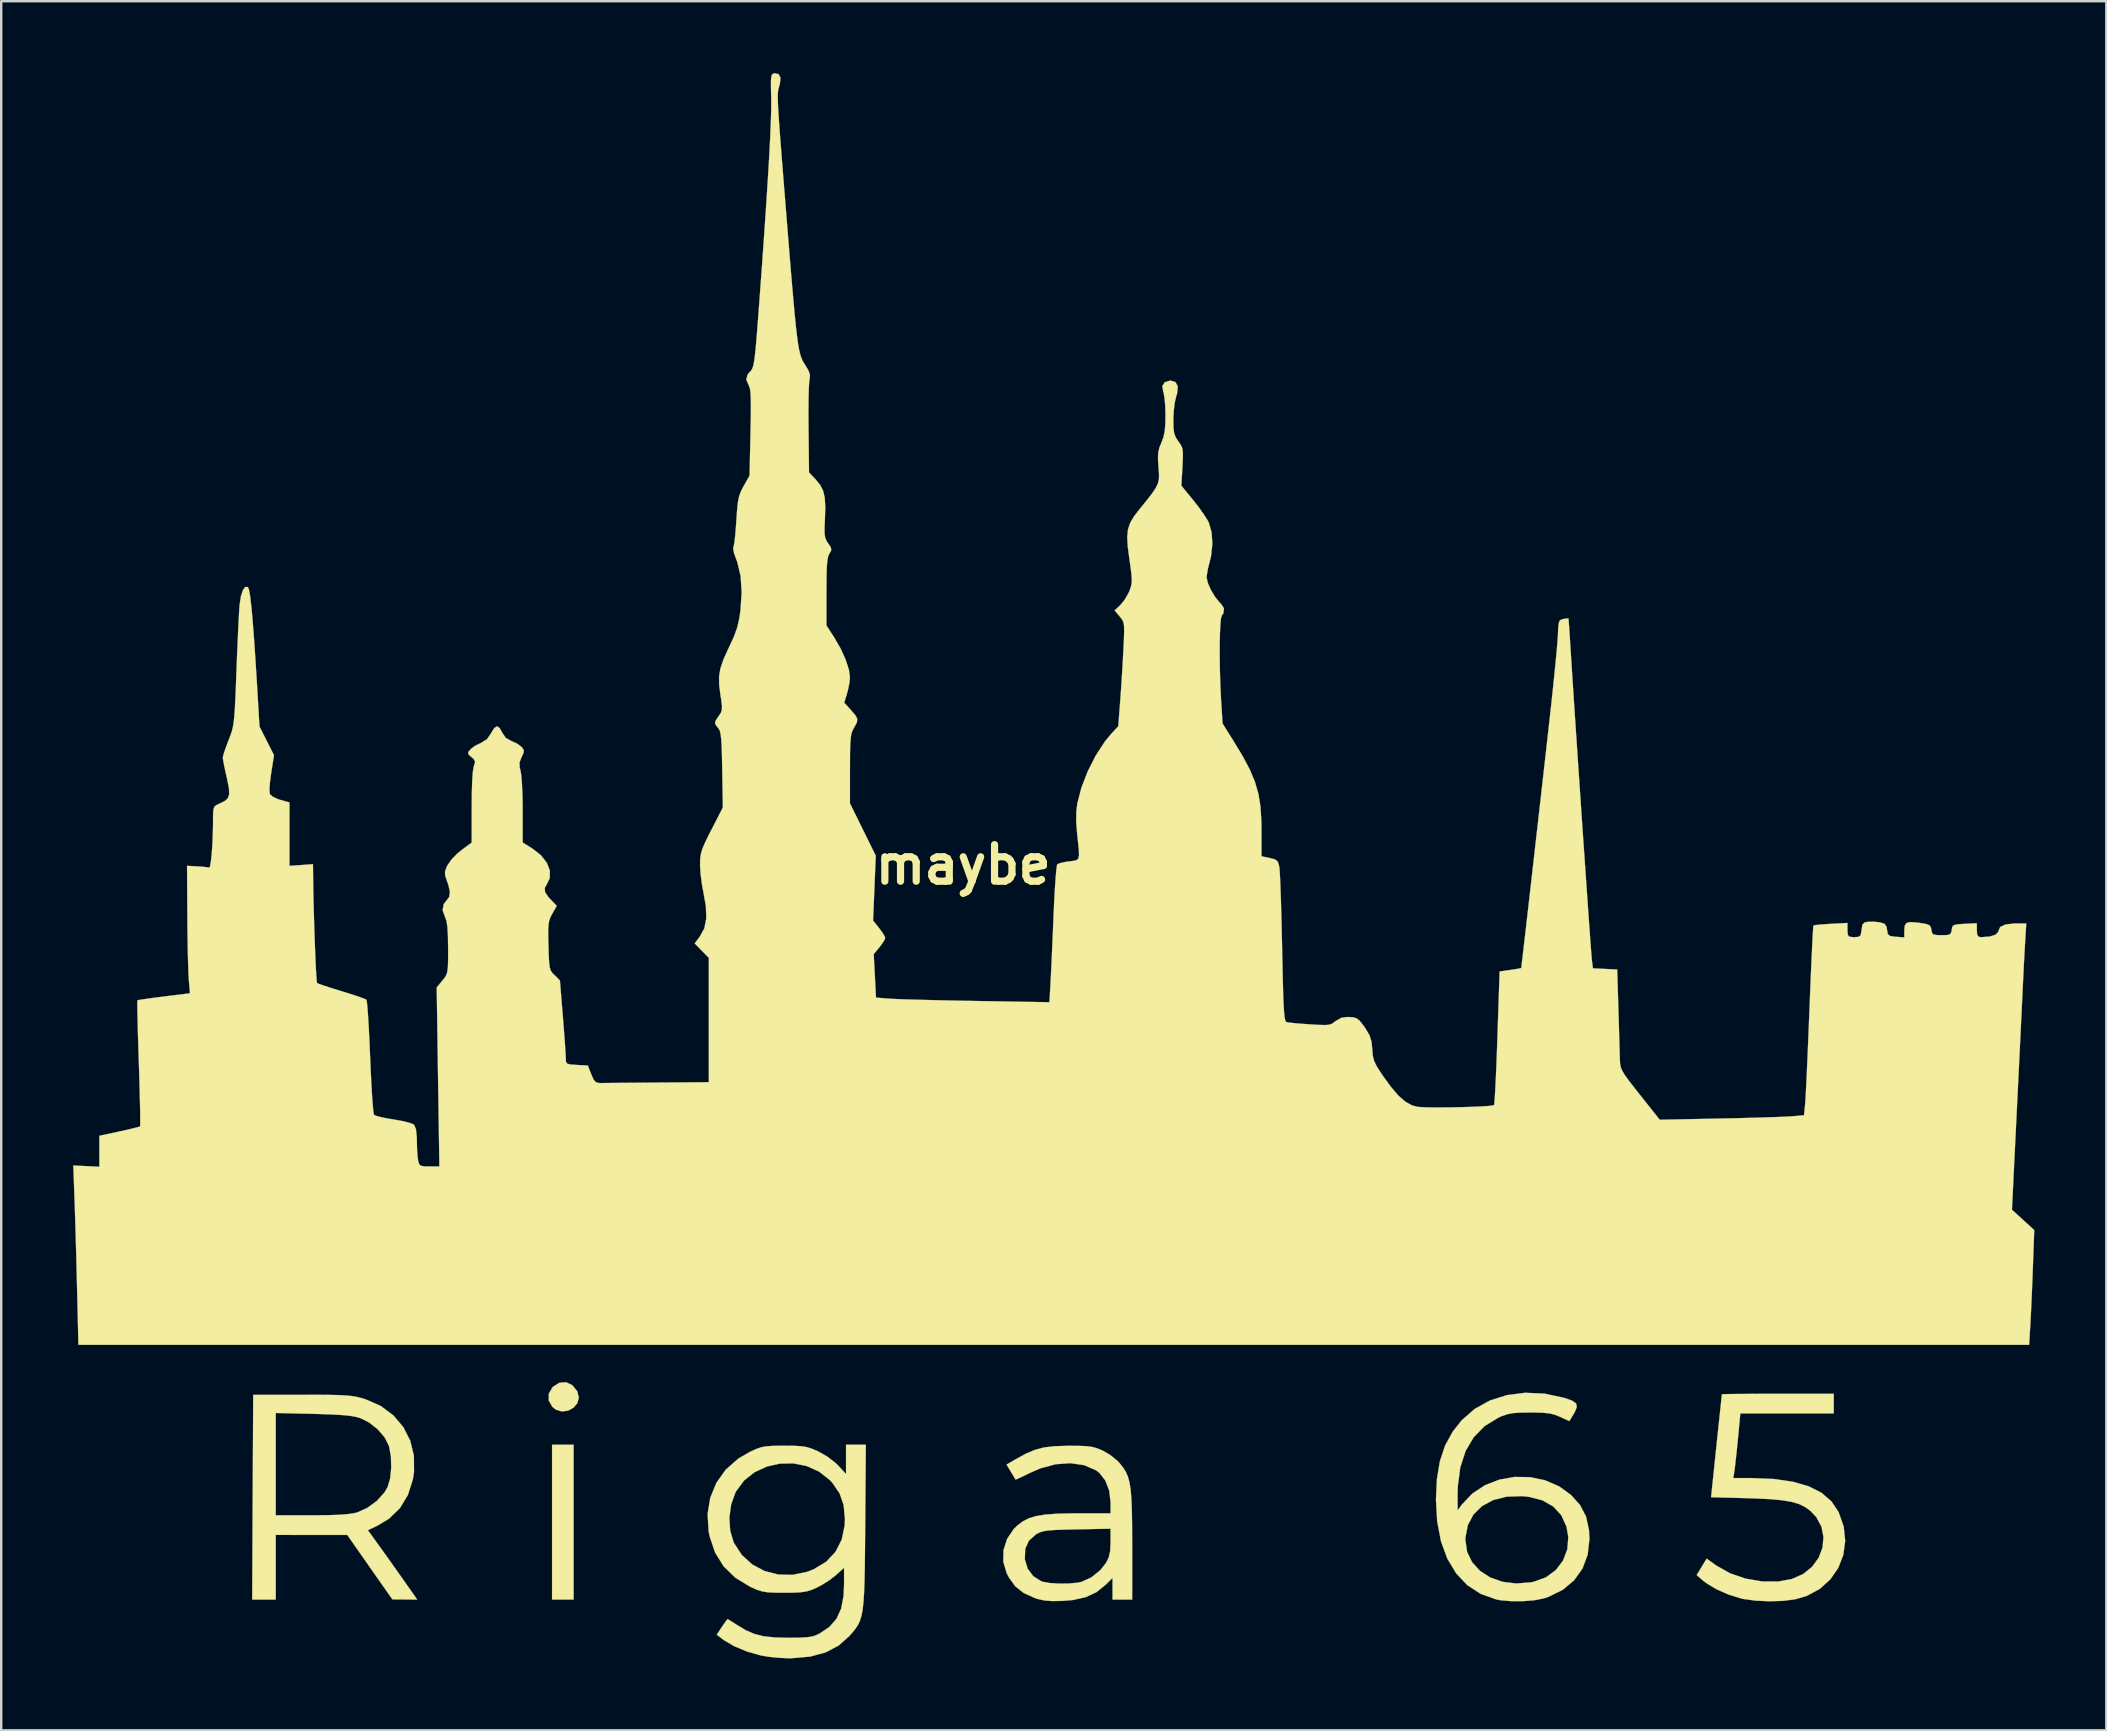
<source format=kicad_pcb>
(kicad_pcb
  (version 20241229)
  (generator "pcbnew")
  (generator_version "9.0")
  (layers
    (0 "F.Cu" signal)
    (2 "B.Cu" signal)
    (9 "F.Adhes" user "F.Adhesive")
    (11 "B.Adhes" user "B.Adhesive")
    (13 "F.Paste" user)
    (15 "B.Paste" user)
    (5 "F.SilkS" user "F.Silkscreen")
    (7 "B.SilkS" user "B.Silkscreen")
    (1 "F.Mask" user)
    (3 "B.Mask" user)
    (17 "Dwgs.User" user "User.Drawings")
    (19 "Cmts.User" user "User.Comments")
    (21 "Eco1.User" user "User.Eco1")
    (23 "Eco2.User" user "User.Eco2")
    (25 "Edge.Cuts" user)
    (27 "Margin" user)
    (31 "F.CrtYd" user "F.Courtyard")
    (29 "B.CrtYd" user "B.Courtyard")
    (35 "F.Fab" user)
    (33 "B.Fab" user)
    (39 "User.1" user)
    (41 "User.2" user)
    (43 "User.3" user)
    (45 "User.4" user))
  (footprint "maybe works"
    (layer "F.Cu")
    (at 40.865 32.984)
    (property "Reference" "maybe works" (at 0 0 0) (layer "F.SilkS") (effects (font (size 1.524 1.524) (thickness 0.3))))
    (attr through_hole)
    (fp_poly (pts (xy -20.01 30.627) (xy -20.908 30.627) (xy -20.908 24.175) (xy -20.01 24.175) (xy -20.01 30.627)) (stroke (width 0.01) (type solid)) (fill yes) (layer "F.SilkS"))
    (fp_poly (pts (xy -20.063 21.694) (xy -19.858 21.948) (xy -19.792 22.209) (xy -19.856 22.444) (xy -20.017 22.633) (xy -20.241 22.754) (xy -20.497 22.788) (xy -20.749 22.712) (xy -20.894 22.597) (xy -21.046 22.333) (xy -21.045 22.049) (xy -20.891 21.783) (xy -20.871 21.762) (xy -20.605 21.592) (xy -20.324 21.571) (xy -20.063 21.694)) (stroke (width 0.01) (type solid)) (fill yes) (layer "F.SilkS"))
    (fp_poly (pts (xy -30.681 22.093) (xy -30.179 22.097) (xy -29.79 22.106) (xy -29.489 22.121) (xy -29.252 22.145) (xy -29.054 22.178) (xy -28.869 22.224) (xy -28.688 22.278) (xy -28.053 22.556) (xy -27.524 22.949) (xy -27.109 23.438) (xy -26.819 24.006) (xy -26.666 24.634) (xy -26.661 25.305) (xy -26.709 25.618) (xy -26.917 26.27) (xy -27.251 26.818) (xy -27.707 27.259) (xy -28.183 27.545) (xy -28.584 27.735) (xy -28.028 28.507) (xy -27.742 28.907) (xy -27.43 29.346) (xy -27.138 29.758) (xy -27.001 29.953) (xy -26.53 30.627) (xy -27.047 30.622) (xy -27.564 30.618) (xy -28.504 29.276) (xy -29.443 27.934) (xy -30.933 27.933) (xy -32.424 27.932) (xy -32.424 30.627) (xy -33.405 30.627) (xy -33.388 27.115) (xy -32.424 27.115) (xy -30.928 27.115) (xy -30.288 27.11) (xy -29.79 27.094) (xy -29.413 27.065) (xy -29.136 27.022) (xy -29.025 26.994) (xy -28.608 26.807) (xy -28.216 26.52) (xy -27.901 26.175) (xy -27.759 25.935) (xy -27.657 25.584) (xy -27.611 25.143) (xy -27.623 24.68) (xy -27.696 24.26) (xy -27.706 24.225) (xy -27.881 23.872) (xy -28.173 23.531) (xy -28.537 23.244) (xy -28.877 23.073) (xy -29.064 23.017) (xy -29.295 22.974) (xy -29.599 22.941) (xy -29.999 22.916) (xy -30.524 22.897) (xy -30.852 22.888) (xy -32.424 22.851) (xy -32.424 27.115) (xy -33.388 27.115) (xy -33.384 26.36) (xy -33.363 22.092) (xy -31.321 22.092) (xy -30.681 22.093)) (stroke (width 0.01) (type solid)) (fill yes) (layer "F.SilkS"))
    (fp_poly (pts (xy 32.505 22.868) (xy 28.612 22.868) (xy 28.513 23.909) (xy 28.471 24.336) (xy 28.429 24.731) (xy 28.393 25.052) (xy 28.367 25.255) (xy 28.367 25.257) (xy 28.319 25.563) (xy 29.059 25.563) (xy 29.999 25.601) (xy 30.798 25.715) (xy 31.464 25.908) (xy 32 26.181) (xy 32.412 26.538) (xy 32.707 26.979) (xy 32.92 27.584) (xy 32.982 28.188) (xy 32.902 28.772) (xy 32.69 29.313) (xy 32.358 29.791) (xy 31.916 30.186) (xy 31.373 30.477) (xy 30.902 30.615) (xy 30.403 30.68) (xy 29.829 30.698) (xy 29.251 30.672) (xy 28.742 30.602) (xy 28.644 30.581) (xy 28.113 30.415) (xy 27.608 30.192) (xy 27.186 29.936) (xy 27.056 29.834) (xy 26.793 29.606) (xy 27.001 29.263) (xy 27.208 28.92) (xy 27.607 29.207) (xy 28.176 29.529) (xy 28.827 29.753) (xy 29.514 29.871) (xy 30.191 29.874) (xy 30.752 29.772) (xy 31.227 29.564) (xy 31.604 29.26) (xy 31.877 28.884) (xy 32.037 28.464) (xy 32.078 28.024) (xy 31.994 27.59) (xy 31.776 27.187) (xy 31.524 26.923) (xy 31.309 26.768) (xy 31.061 26.647) (xy 30.755 26.556) (xy 30.368 26.49) (xy 29.877 26.443) (xy 29.257 26.412) (xy 28.908 26.401) (xy 27.393 26.361) (xy 27.616 24.227) (xy 27.676 23.656) (xy 27.731 23.141) (xy 27.777 22.703) (xy 27.813 22.365) (xy 27.836 22.147) (xy 27.845 22.072) (xy 27.925 22.067) (xy 28.147 22.062) (xy 28.492 22.058) (xy 28.938 22.055) (xy 29.466 22.052) (xy 30.054 22.051) (xy 30.178 22.051) (xy 32.505 22.051) (xy 32.505 22.868)) (stroke (width 0.01) (type solid)) (fill yes) (layer "F.SilkS"))
    (fp_poly (pts (xy 20.446 22.044) (xy 21.261 22.218) (xy 21.296 22.228) (xy 21.605 22.339) (xy 21.767 22.453) (xy 21.798 22.601) (xy 21.712 22.813) (xy 21.646 22.926) (xy 21.486 23.188) (xy 21.095 23.009) (xy 20.879 22.923) (xy 20.654 22.869) (xy 20.373 22.84) (xy 19.989 22.831) (xy 19.846 22.83) (xy 19.435 22.836) (xy 19.137 22.857) (xy 18.904 22.901) (xy 18.685 22.976) (xy 18.527 23.046) (xy 17.957 23.395) (xy 17.501 23.859) (xy 17.162 24.436) (xy 16.94 25.124) (xy 16.836 25.921) (xy 16.828 26.258) (xy 16.83 26.911) (xy 17.01 26.666) (xy 17.447 26.205) (xy 17.977 25.858) (xy 18.572 25.628) (xy 19.206 25.516) (xy 19.852 25.525) (xy 20.483 25.658) (xy 21.073 25.917) (xy 21.546 26.26) (xy 21.933 26.689) (xy 22.182 27.168) (xy 22.305 27.727) (xy 22.324 28.095) (xy 22.251 28.75) (xy 22.037 29.328) (xy 21.688 29.821) (xy 21.211 30.22) (xy 20.615 30.513) (xy 20.416 30.579) (xy 20.034 30.654) (xy 19.562 30.693) (xy 19.067 30.693) (xy 18.619 30.654) (xy 18.437 30.62) (xy 17.79 30.389) (xy 17.233 30.025) (xy 16.77 29.535) (xy 16.403 28.925) (xy 16.138 28.202) (xy 16.127 28.144) (xy 17.153 28.144) (xy 17.225 28.638) (xy 17.434 29.071) (xy 17.762 29.431) (xy 18.188 29.706) (xy 18.696 29.885) (xy 19.265 29.957) (xy 19.878 29.91) (xy 20.001 29.886) (xy 20.511 29.701) (xy 20.923 29.398) (xy 21.225 29.001) (xy 21.403 28.533) (xy 21.443 28.016) (xy 21.367 27.587) (xy 21.152 27.112) (xy 20.815 26.746) (xy 20.36 26.489) (xy 19.788 26.343) (xy 19.509 26.316) (xy 18.869 26.338) (xy 18.311 26.48) (xy 17.847 26.731) (xy 17.492 27.081) (xy 17.257 27.52) (xy 17.156 28.038) (xy 17.153 28.144) (xy 16.127 28.144) (xy 15.978 27.371) (xy 15.927 26.469) (xy 15.968 25.602) (xy 16.093 24.856) (xy 16.309 24.207) (xy 16.625 23.631) (xy 17.001 23.155) (xy 17.54 22.683) (xy 18.174 22.332) (xy 18.883 22.106) (xy 19.647 22.009) (xy 20.446 22.044)) (stroke (width 0.01) (type solid)) (fill yes) (layer "F.SilkS"))
    (fp_poly (pts (xy 1.05 24.221) (xy 1.367 24.235) (xy 1.605 24.267) (xy 1.806 24.322) (xy 2.013 24.406) (xy 2.025 24.411) (xy 2.348 24.598) (xy 2.647 24.84) (xy 2.741 24.938) (xy 2.884 25.117) (xy 2.999 25.297) (xy 3.088 25.498) (xy 3.155 25.74) (xy 3.203 26.044) (xy 3.235 26.429) (xy 3.255 26.915) (xy 3.264 27.522) (xy 3.267 28.271) (xy 3.267 28.355) (xy 3.267 30.627) (xy 2.45 30.627) (xy 2.45 29.723) (xy 2.176 29.997) (xy 1.784 30.314) (xy 1.331 30.526) (xy 0.785 30.647) (xy 0.368 30.682) (xy -0.062 30.69) (xy -0.388 30.665) (xy -0.671 30.602) (xy -0.796 30.56) (xy -1.258 30.35) (xy -1.602 30.077) (xy -1.871 29.702) (xy -1.963 29.524) (xy -2.103 29.055) (xy -2.101 28.936) (xy -1.207 28.936) (xy -1.204 28.96) (xy -1.088 29.342) (xy -0.851 29.656) (xy -0.527 29.861) (xy -0.452 29.887) (xy -0.16 29.938) (xy 0.224 29.962) (xy 0.63 29.957) (xy 0.987 29.925) (xy 1.147 29.892) (xy 1.565 29.703) (xy 1.943 29.399) (xy 2.184 29.092) (xy 2.295 28.861) (xy 2.352 28.595) (xy 2.368 28.231) (xy 2.368 27.673) (xy 0.96 27.7) (xy 0.441 27.712) (xy 0.057 27.726) (xy -0.219 27.746) (xy -0.416 27.775) (xy -0.561 27.817) (xy -0.683 27.875) (xy -0.746 27.912) (xy -1.037 28.172) (xy -1.189 28.51) (xy -1.207 28.936) (xy -2.101 28.936) (xy -2.095 28.569) (xy -1.946 28.101) (xy -1.665 27.684) (xy -1.525 27.547) (xy -1.297 27.373) (xy -1.042 27.241) (xy -0.737 27.147) (xy -0.354 27.085) (xy 0.131 27.049) (xy 0.745 27.034) (xy 0.995 27.033) (xy 2.368 27.033) (xy 2.368 26.569) (xy 2.31 26.083) (xy 2.146 25.661) (xy 1.893 25.339) (xy 1.76 25.239) (xy 1.264 25.025) (xy 0.695 24.942) (xy 0.077 24.987) (xy -0.564 25.16) (xy -1.014 25.357) (xy -1.282 25.49) (xy -1.485 25.585) (xy -1.587 25.625) (xy -1.592 25.624) (xy -1.638 25.549) (xy -1.738 25.382) (xy -1.786 25.303) (xy -1.967 25.002) (xy -1.596 24.785) (xy -1.165 24.549) (xy -0.787 24.388) (xy -0.408 24.288) (xy 0.023 24.237) (xy 0.559 24.22) (xy 0.613 24.219) (xy 1.05 24.221)) (stroke (width 0.01) (type solid)) (fill yes) (layer "F.SilkS"))
    (fp_poly (pts (xy -7.859 27.585) (xy -7.867 28.477) (xy -7.875 29.222) (xy -7.887 29.836) (xy -7.905 30.336) (xy -7.931 30.737) (xy -7.967 31.057) (xy -8.016 31.31) (xy -8.079 31.514) (xy -8.161 31.685) (xy -8.261 31.839) (xy -8.384 31.992) (xy -8.51 32.137) (xy -8.962 32.541) (xy -9.508 32.829) (xy -10.157 33.004) (xy -10.92 33.07) (xy -11.091 33.071) (xy -11.484 33.052) (xy -11.894 33.009) (xy -12.21 32.956) (xy -12.781 32.793) (xy -13.31 32.574) (xy -13.738 32.324) (xy -13.781 32.292) (xy -14.045 32.09) (xy -13.831 31.767) (xy -13.701 31.578) (xy -13.612 31.461) (xy -13.592 31.444) (xy -13.515 31.485) (xy -13.347 31.59) (xy -13.215 31.677) (xy -12.838 31.903) (xy -12.477 32.059) (xy -12.087 32.157) (xy -11.622 32.206) (xy -11.067 32.22) (xy -10.63 32.216) (xy -10.319 32.201) (xy -10.095 32.171) (xy -9.92 32.119) (xy -9.76 32.043) (xy -9.348 31.765) (xy -9.052 31.426) (xy -8.86 31.002) (xy -8.76 30.472) (xy -8.739 29.995) (xy -8.739 29.301) (xy -9.076 29.606) (xy -9.35 29.818) (xy -9.682 30.027) (xy -9.873 30.126) (xy -10.098 30.224) (xy -10.306 30.287) (xy -10.541 30.322) (xy -10.851 30.338) (xy -11.23 30.341) (xy -11.638 30.338) (xy -11.932 30.322) (xy -12.159 30.285) (xy -12.367 30.219) (xy -12.604 30.114) (xy -12.659 30.088) (xy -13.273 29.715) (xy -13.759 29.241) (xy -14.115 28.666) (xy -14.342 27.992) (xy -14.384 27.778) (xy -14.417 27.208) (xy -13.519 27.208) (xy -13.486 27.751) (xy -13.344 28.233) (xy -13.328 28.267) (xy -13 28.77) (xy -12.568 29.162) (xy -12.056 29.436) (xy -11.487 29.584) (xy -10.886 29.597) (xy -10.274 29.47) (xy -10.005 29.365) (xy -9.488 29.053) (xy -9.097 28.64) (xy -8.838 28.132) (xy -8.713 27.536) (xy -8.702 27.278) (xy -8.756 26.695) (xy -8.925 26.202) (xy -9.225 25.763) (xy -9.331 25.649) (xy -9.781 25.293) (xy -10.296 25.062) (xy -10.85 24.952) (xy -11.415 24.961) (xy -11.963 25.084) (xy -12.467 25.318) (xy -12.9 25.659) (xy -13.233 26.104) (xy -13.266 26.165) (xy -13.445 26.661) (xy -13.519 27.208) (xy -14.417 27.208) (xy -14.426 27.06) (xy -14.315 26.382) (xy -14.06 25.761) (xy -13.669 25.213) (xy -13.151 24.755) (xy -12.659 24.469) (xy -12.41 24.356) (xy -12.2 24.282) (xy -11.981 24.24) (xy -11.705 24.221) (xy -11.324 24.216) (xy -11.23 24.216) (xy -10.817 24.22) (xy -10.519 24.236) (xy -10.288 24.274) (xy -10.075 24.342) (xy -9.833 24.446) (xy -9.821 24.451) (xy -9.441 24.666) (xy -9.098 24.93) (xy -8.984 25.042) (xy -8.657 25.396) (xy -8.657 24.175) (xy -7.832 24.175) (xy -7.859 27.585)) (stroke (width 0.01) (type solid)) (fill yes) (layer "F.SilkS"))
    (fp_poly (pts (xy -11.462 -32.943) (xy -11.389 -32.787) (xy -11.416 -32.528) (xy -11.442 -32.44) (xy -11.464 -32.37) (xy -11.482 -32.297) (xy -11.494 -32.208) (xy -11.501 -32.09) (xy -11.502 -31.93) (xy -11.495 -31.717) (xy -11.481 -31.436) (xy -11.458 -31.076) (xy -11.426 -30.624) (xy -11.384 -30.067) (xy -11.331 -29.392) (xy -11.267 -28.588) (xy -11.191 -27.64) (xy -11.142 -27.033) (xy -11.053 -25.927) (xy -10.975 -24.971) (xy -10.907 -24.154) (xy -10.846 -23.464) (xy -10.793 -22.887) (xy -10.745 -22.412) (xy -10.7 -22.028) (xy -10.658 -21.721) (xy -10.616 -21.479) (xy -10.573 -21.291) (xy -10.528 -21.144) (xy -10.479 -21.027) (xy -10.425 -20.926) (xy -10.368 -20.837) (xy -10.219 -20.589) (xy -10.161 -20.405) (xy -10.175 -20.23) (xy -10.179 -20.214) (xy -10.197 -20.062) (xy -10.211 -19.774) (xy -10.22 -19.378) (xy -10.224 -18.902) (xy -10.223 -18.372) (xy -10.221 -18.158) (xy -10.2 -16.348) (xy -9.922 -16.053) (xy -9.736 -15.825) (xy -9.613 -15.585) (xy -9.545 -15.295) (xy -9.522 -14.918) (xy -9.537 -14.424) (xy -9.553 -14.049) (xy -9.551 -13.796) (xy -9.526 -13.624) (xy -9.472 -13.494) (xy -9.4 -13.387) (xy -9.288 -13.217) (xy -9.273 -13.101) (xy -9.346 -12.969) (xy -9.348 -12.966) (xy -9.396 -12.868) (xy -9.43 -12.714) (xy -9.454 -12.481) (xy -9.467 -12.145) (xy -9.473 -11.682) (xy -9.474 -11.378) (xy -9.474 -9.969) (xy -9.15 -9.468) (xy -8.88 -9.001) (xy -8.67 -8.537) (xy -8.536 -8.117) (xy -8.494 -7.81) (xy -8.518 -7.565) (xy -8.58 -7.265) (xy -8.613 -7.145) (xy -8.732 -6.75) (xy -8.449 -6.437) (xy -8.267 -6.225) (xy -8.188 -6.074) (xy -8.204 -5.931) (xy -8.305 -5.74) (xy -8.33 -5.699) (xy -8.39 -5.587) (xy -8.433 -5.458) (xy -8.462 -5.285) (xy -8.48 -5.041) (xy -8.49 -4.699) (xy -8.493 -4.233) (xy -8.494 -3.992) (xy -8.494 -2.553) (xy -7.956 -1.462) (xy -7.418 -0.371) (xy -7.531 2.328) (xy -7.278 2.645) (xy -7.13 2.847) (xy -7.038 3.006) (xy -7.024 3.055) (xy -7.072 3.17) (xy -7.195 3.351) (xy -7.264 3.439) (xy -7.504 3.73) (xy -7.456 4.636) (xy -7.408 5.542) (xy -6.828 5.587) (xy -6.612 5.598) (xy -6.256 5.612) (xy -5.781 5.626) (xy -5.212 5.641) (xy -4.571 5.656) (xy -3.88 5.67) (xy -3.214 5.682) (xy -0.18 5.733) (xy -0.133 4.888) (xy -0.116 4.557) (xy -0.094 4.1) (xy -0.069 3.552) (xy -0.043 2.951) (xy -0.017 2.333) (xy -0.005 2.049) (xy 0.02 1.493) (xy 0.048 0.991) (xy 0.077 0.566) (xy 0.105 0.241) (xy 0.13 0.04) (xy 0.146 -0.015) (xy 0.262 -0.065) (xy 0.483 -0.113) (xy 0.639 -0.136) (xy 0.824 -0.158) (xy 0.949 -0.188) (xy 1.023 -0.256) (xy 1.052 -0.386) (xy 1.046 -0.606) (xy 1.012 -0.943) (xy 0.976 -1.266) (xy 0.934 -1.797) (xy 0.941 -2.233) (xy 0.982 -2.549) (xy 1.151 -3.206) (xy 1.416 -3.89) (xy 1.751 -4.55) (xy 2.131 -5.133) (xy 2.379 -5.433) (xy 2.689 -5.769) (xy 2.769 -6.825) (xy 2.807 -7.352) (xy 2.846 -7.959) (xy 2.881 -8.563) (xy 2.904 -8.987) (xy 2.925 -9.431) (xy 2.934 -9.744) (xy 2.928 -9.955) (xy 2.903 -10.098) (xy 2.856 -10.203) (xy 2.782 -10.302) (xy 2.748 -10.343) (xy 2.538 -10.593) (xy 2.778 -10.823) (xy 2.962 -11.05) (xy 3.122 -11.333) (xy 3.156 -11.413) (xy 3.214 -11.578) (xy 3.245 -11.73) (xy 3.252 -11.908) (xy 3.232 -12.15) (xy 3.187 -12.495) (xy 3.152 -12.736) (xy 3.084 -13.255) (xy 3.062 -13.654) (xy 3.093 -13.97) (xy 3.184 -14.244) (xy 3.342 -14.512) (xy 3.55 -14.783) (xy 3.869 -15.176) (xy 4.099 -15.472) (xy 4.252 -15.7) (xy 4.342 -15.89) (xy 4.383 -16.072) (xy 4.387 -16.274) (xy 4.369 -16.526) (xy 4.366 -16.566) (xy 4.343 -16.917) (xy 4.352 -17.168) (xy 4.401 -17.378) (xy 4.483 -17.58) (xy 4.572 -17.817) (xy 4.626 -18.077) (xy 4.651 -18.412) (xy 4.655 -18.735) (xy 4.646 -19.099) (xy 4.62 -19.422) (xy 4.582 -19.653) (xy 4.562 -19.718) (xy 4.525 -19.944) (xy 4.627 -20.106) (xy 4.848 -20.173) (xy 4.867 -20.173) (xy 5.07 -20.112) (xy 5.165 -19.937) (xy 5.147 -19.662) (xy 5.103 -19.517) (xy 5.042 -19.257) (xy 4.999 -18.909) (xy 4.982 -18.546) (xy 4.982 -18.545) (xy 4.989 -18.206) (xy 5.018 -17.978) (xy 5.083 -17.805) (xy 5.194 -17.637) (xy 5.194 -17.637) (xy 5.292 -17.497) (xy 5.352 -17.367) (xy 5.379 -17.204) (xy 5.381 -16.967) (xy 5.364 -16.612) (xy 5.362 -16.574) (xy 5.317 -15.794) (xy 5.815 -15.186) (xy 6.054 -14.879) (xy 6.268 -14.577) (xy 6.423 -14.329) (xy 6.462 -14.252) (xy 6.577 -13.851) (xy 6.609 -13.37) (xy 6.557 -12.868) (xy 6.494 -12.611) (xy 6.421 -12.322) (xy 6.377 -12.052) (xy 6.371 -11.961) (xy 6.421 -11.736) (xy 6.548 -11.451) (xy 6.721 -11.162) (xy 6.908 -10.929) (xy 6.969 -10.873) (xy 7.091 -10.686) (xy 7.072 -10.481) (xy 7.005 -10.386) (xy 6.969 -10.269) (xy 6.943 -10.013) (xy 6.925 -9.642) (xy 6.915 -9.18) (xy 6.915 -8.651) (xy 6.924 -8.08) (xy 6.942 -7.49) (xy 6.97 -6.906) (xy 6.981 -6.718) (xy 7.035 -5.881) (xy 7.484 -5.166) (xy 7.874 -4.52) (xy 8.17 -3.962) (xy 8.384 -3.452) (xy 8.527 -2.954) (xy 8.613 -2.43) (xy 8.651 -1.841) (xy 8.657 -1.424) (xy 8.657 -0.35) (xy 9.003 -0.277) (xy 9.223 -0.218) (xy 9.334 -0.129) (xy 9.388 0.042) (xy 9.402 0.123) (xy 9.416 0.278) (xy 9.432 0.576) (xy 9.449 0.996) (xy 9.467 1.517) (xy 9.484 2.12) (xy 9.501 2.783) (xy 9.516 3.486) (xy 9.516 3.489) (xy 9.533 4.281) (xy 9.548 4.924) (xy 9.562 5.435) (xy 9.578 5.828) (xy 9.595 6.118) (xy 9.614 6.322) (xy 9.637 6.453) (xy 9.665 6.528) (xy 9.698 6.561) (xy 9.709 6.566) (xy 9.843 6.586) (xy 10.099 6.612) (xy 10.435 6.639) (xy 10.686 6.657) (xy 11.069 6.679) (xy 11.325 6.684) (xy 11.492 6.668) (xy 11.605 6.625) (xy 11.7 6.552) (xy 11.724 6.53) (xy 11.992 6.379) (xy 12.237 6.348) (xy 12.466 6.358) (xy 12.626 6.406) (xy 12.765 6.523) (xy 12.93 6.739) (xy 12.995 6.833) (xy 13.159 7.112) (xy 13.243 7.384) (xy 13.273 7.694) (xy 13.295 7.959) (xy 13.348 8.175) (xy 13.455 8.397) (xy 13.635 8.681) (xy 13.683 8.752) (xy 14.049 9.258) (xy 14.368 9.63) (xy 14.658 9.883) (xy 14.935 10.034) (xy 15.152 10.091) (xy 15.351 10.107) (xy 15.66 10.116) (xy 16.047 10.119) (xy 16.482 10.116) (xy 16.933 10.108) (xy 17.37 10.095) (xy 17.761 10.079) (xy 18.075 10.06) (xy 18.281 10.038) (xy 18.347 10.02) (xy 18.362 9.93) (xy 18.38 9.695) (xy 18.401 9.336) (xy 18.424 8.871) (xy 18.448 8.32) (xy 18.471 7.702) (xy 18.488 7.212) (xy 18.58 4.453) (xy 19.024 4.389) (xy 19.27 4.351) (xy 19.436 4.32) (xy 19.48 4.307) (xy 19.491 4.222) (xy 19.52 3.983) (xy 19.566 3.596) (xy 19.627 3.07) (xy 19.703 2.413) (xy 19.793 1.63) (xy 19.895 0.731) (xy 20.01 -0.278) (xy 20.136 -1.388) (xy 20.273 -2.592) (xy 20.419 -3.882) (xy 20.573 -5.252) (xy 20.63 -5.758) (xy 20.712 -6.49) (xy 20.788 -7.196) (xy 20.856 -7.853) (xy 20.914 -8.44) (xy 20.961 -8.933) (xy 20.993 -9.311) (xy 21.009 -9.552) (xy 21.01 -9.57) (xy 21.024 -9.888) (xy 21.047 -10.078) (xy 21.092 -10.178) (xy 21.171 -10.222) (xy 21.235 -10.237) (xy 21.391 -10.262) (xy 21.449 -10.263) (xy 21.456 -10.181) (xy 21.473 -9.963) (xy 21.495 -9.633) (xy 21.522 -9.218) (xy 21.55 -8.78) (xy 21.587 -8.198) (xy 21.631 -7.521) (xy 21.68 -6.764) (xy 21.735 -5.941) (xy 21.793 -5.068) (xy 21.854 -4.161) (xy 21.917 -3.233) (xy 21.98 -2.3) (xy 22.043 -1.378) (xy 22.105 -0.481) (xy 22.164 0.375) (xy 22.22 1.176) (xy 22.271 1.907) (xy 22.317 2.551) (xy 22.356 3.095) (xy 22.388 3.523) (xy 22.411 3.82) (xy 22.424 3.97) (xy 22.425 3.978) (xy 22.469 4.321) (xy 23.481 4.369) (xy 23.531 6.044) (xy 23.547 6.581) (xy 23.562 7.089) (xy 23.575 7.537) (xy 23.585 7.891) (xy 23.592 8.118) (xy 23.592 8.135) (xy 23.601 8.296) (xy 23.628 8.438) (xy 23.689 8.586) (xy 23.798 8.767) (xy 23.97 9.005) (xy 24.22 9.328) (xy 24.428 9.591) (xy 25.254 10.631) (xy 27.757 10.581) (xy 28.407 10.567) (xy 29.029 10.551) (xy 29.596 10.535) (xy 30.084 10.519) (xy 30.466 10.504) (xy 30.718 10.49) (xy 30.763 10.487) (xy 31.266 10.443) (xy 31.313 9.979) (xy 31.326 9.798) (xy 31.344 9.474) (xy 31.367 9.026) (xy 31.392 8.475) (xy 31.42 7.84) (xy 31.449 7.141) (xy 31.479 6.398) (xy 31.493 6.044) (xy 31.522 5.307) (xy 31.55 4.622) (xy 31.577 4.006) (xy 31.602 3.476) (xy 31.623 3.048) (xy 31.641 2.739) (xy 31.654 2.568) (xy 31.658 2.538) (xy 31.749 2.518) (xy 31.964 2.495) (xy 32.261 2.473) (xy 32.384 2.466) (xy 33.077 2.43) (xy 33.077 2.726) (xy 33.089 2.922) (xy 33.155 3.004) (xy 33.321 3.022) (xy 33.358 3.022) (xy 33.543 3.009) (xy 33.628 2.937) (xy 33.661 2.759) (xy 33.664 2.716) (xy 33.697 2.51) (xy 33.777 2.416) (xy 33.927 2.382) (xy 34.185 2.378) (xy 34.433 2.405) (xy 34.623 2.465) (xy 34.705 2.587) (xy 34.726 2.718) (xy 34.756 2.885) (xy 34.834 2.966) (xy 35.011 2.999) (xy 35.099 3.006) (xy 35.446 3.031) (xy 35.446 2.738) (xy 35.463 2.541) (xy 35.537 2.43) (xy 35.698 2.392) (xy 35.976 2.412) (xy 36.102 2.429) (xy 36.36 2.473) (xy 36.498 2.529) (xy 36.557 2.621) (xy 36.574 2.716) (xy 36.603 2.851) (xy 36.678 2.917) (xy 36.845 2.938) (xy 36.997 2.94) (xy 37.237 2.933) (xy 37.358 2.895) (xy 37.408 2.802) (xy 37.421 2.716) (xy 37.445 2.592) (xy 37.508 2.523) (xy 37.649 2.488) (xy 37.908 2.469) (xy 37.957 2.467) (xy 38.468 2.442) (xy 38.468 2.732) (xy 38.483 2.928) (xy 38.55 3.008) (xy 38.661 3.022) (xy 39.01 2.995) (xy 39.251 2.918) (xy 39.362 2.802) (xy 39.366 2.77) (xy 39.441 2.599) (xy 39.665 2.493) (xy 40.038 2.451) (xy 40.104 2.45) (xy 40.527 2.45) (xy 40.479 3.246) (xy 40.454 3.676) (xy 40.427 4.191) (xy 40.401 4.716) (xy 40.386 5.023) (xy 40.373 5.3) (xy 40.353 5.721) (xy 40.327 6.264) (xy 40.296 6.909) (xy 40.261 7.635) (xy 40.223 8.423) (xy 40.182 9.252) (xy 40.141 10.101) (xy 40.136 10.192) (xy 39.931 14.38) (xy 40.86 15.229) (xy 40.805 16.741) (xy 40.784 17.301) (xy 40.76 17.879) (xy 40.736 18.425) (xy 40.713 18.891) (xy 40.7 19.132) (xy 40.648 20.01) (xy -40.647 20.01) (xy -40.702 17.702) (xy -40.719 17.008) (xy -40.738 16.28) (xy -40.758 15.56) (xy -40.778 14.889) (xy -40.796 14.31) (xy -40.808 13.966) (xy -40.86 12.537) (xy -40.317 12.564) (xy -39.774 12.591) (xy -39.774 11.299) (xy -38.942 11.12) (xy -38.595 11.043) (xy -38.312 10.975) (xy -38.128 10.926) (xy -38.076 10.907) (xy -38.071 10.82) (xy -38.071 10.589) (xy -38.075 10.235) (xy -38.085 9.777) (xy -38.099 9.234) (xy -38.117 8.627) (xy -38.128 8.277) (xy -38.149 7.644) (xy -38.166 7.064) (xy -38.179 6.559) (xy -38.188 6.147) (xy -38.192 5.848) (xy -38.191 5.683) (xy -38.188 5.655) (xy -38.102 5.636) (xy -37.884 5.602) (xy -37.565 5.557) (xy -37.177 5.507) (xy -37.08 5.495) (xy -35.998 5.36) (xy -36.047 4.783) (xy -36.061 4.539) (xy -36.074 4.162) (xy -36.087 3.682) (xy -36.097 3.131) (xy -36.105 2.538) (xy -36.108 2.128) (xy -36.12 0.049) (xy -35.682 0.073) (xy -35.428 0.091) (xy -35.247 0.113) (xy -35.193 0.127) (xy -35.161 0.07) (xy -35.128 -0.12) (xy -35.096 -0.412) (xy -35.069 -0.775) (xy -35.049 -1.178) (xy -35.038 -1.591) (xy -35.037 -1.758) (xy -35.035 -2.089) (xy -35.021 -2.294) (xy -34.982 -2.412) (xy -34.908 -2.479) (xy -34.798 -2.529) (xy -34.564 -2.641) (xy -34.422 -2.764) (xy -34.362 -2.934) (xy -34.374 -3.184) (xy -34.446 -3.549) (xy -34.464 -3.626) (xy -34.538 -3.958) (xy -34.595 -4.239) (xy -34.626 -4.424) (xy -34.629 -4.461) (xy -34.6 -4.594) (xy -34.523 -4.83) (xy -34.413 -5.125) (xy -34.388 -5.19) (xy -34.317 -5.371) (xy -34.26 -5.536) (xy -34.216 -5.705) (xy -34.181 -5.902) (xy -34.153 -6.15) (xy -34.13 -6.471) (xy -34.108 -6.888) (xy -34.085 -7.424) (xy -34.061 -8.062) (xy -34.037 -8.684) (xy -34.011 -9.279) (xy -33.987 -9.819) (xy -33.964 -10.277) (xy -33.944 -10.626) (xy -33.929 -10.834) (xy -33.876 -11.181) (xy -33.795 -11.434) (xy -33.697 -11.571) (xy -33.593 -11.57) (xy -33.577 -11.557) (xy -33.535 -11.44) (xy -33.489 -11.169) (xy -33.439 -10.744) (xy -33.386 -10.161) (xy -33.329 -9.419) (xy -33.268 -8.518) (xy -33.208 -7.555) (xy -33.102 -5.758) (xy -32.799 -5.159) (xy -32.497 -4.56) (xy -32.615 -3.812) (xy -32.665 -3.434) (xy -32.685 -3.137) (xy -32.673 -2.956) (xy -32.664 -2.931) (xy -32.547 -2.832) (xy -32.334 -2.732) (xy -32.223 -2.696) (xy -31.852 -2.592) (xy -31.852 0.051) (xy -31.362 0.016) (xy -30.872 -0.02) (xy -30.865 0.623) (xy -30.858 1.114) (xy -30.846 1.655) (xy -30.83 2.223) (xy -30.813 2.793) (xy -30.793 3.341) (xy -30.773 3.845) (xy -30.753 4.28) (xy -30.734 4.622) (xy -30.717 4.848) (xy -30.703 4.933) (xy -30.611 4.973) (xy -30.395 5.049) (xy -30.084 5.149) (xy -29.713 5.264) (xy -29.682 5.273) (xy -29.305 5.39) (xy -28.985 5.495) (xy -28.755 5.578) (xy -28.647 5.626) (xy -28.645 5.627) (xy -28.625 5.722) (xy -28.602 5.958) (xy -28.576 6.315) (xy -28.549 6.772) (xy -28.521 7.307) (xy -28.496 7.899) (xy -28.491 8.01) (xy -28.465 8.612) (xy -28.437 9.162) (xy -28.409 9.64) (xy -28.381 10.022) (xy -28.355 10.288) (xy -28.333 10.415) (xy -28.329 10.422) (xy -28.221 10.473) (xy -27.992 10.533) (xy -27.681 10.593) (xy -27.516 10.618) (xy -27.175 10.678) (xy -26.888 10.747) (xy -26.7 10.814) (xy -26.659 10.84) (xy -26.582 11.017) (xy -26.546 11.351) (xy -26.543 11.511) (xy -26.536 11.84) (xy -26.516 12.14) (xy -26.492 12.322) (xy -26.452 12.472) (xy -26.379 12.548) (xy -26.225 12.574) (xy -26.023 12.578) (xy -25.604 12.578) (xy -25.66 8.847) (xy -25.715 5.117) (xy -25.476 4.827) (xy -25.378 4.703) (xy -25.312 4.591) (xy -25.271 4.455) (xy -25.249 4.263) (xy -25.24 3.981) (xy -25.239 3.576) (xy -25.24 3.473) (xy -25.248 2.962) (xy -25.27 2.593) (xy -25.308 2.344) (xy -25.359 2.205) (xy -25.469 1.901) (xy -25.424 1.645) (xy -25.318 1.511) (xy -25.193 1.343) (xy -25.165 1.129) (xy -25.232 0.833) (xy -25.287 0.682) (xy -25.363 0.455) (xy -25.371 0.293) (xy -25.309 0.114) (xy -25.266 0.026) (xy -25.111 -0.2) (xy -24.873 -0.448) (xy -24.685 -0.604) (xy -24.257 -0.921) (xy -24.257 -2.417) (xy -24.251 -3.032) (xy -24.235 -3.525) (xy -24.208 -3.882) (xy -24.173 -4.091) (xy -24.163 -4.118) (xy -24.114 -4.28) (xy -24.172 -4.4) (xy -24.264 -4.482) (xy -24.394 -4.599) (xy -24.404 -4.686) (xy -24.307 -4.808) (xy -24.121 -4.952) (xy -23.885 -5.065) (xy -23.884 -5.065) (xy -23.618 -5.23) (xy -23.465 -5.452) (xy -23.321 -5.689) (xy -23.198 -5.767) (xy -23.086 -5.688) (xy -23.002 -5.527) (xy -22.84 -5.283) (xy -22.6 -5.151) (xy -22.367 -5.045) (xy -22.186 -4.914) (xy -22.178 -4.905) (xy -22.092 -4.79) (xy -22.089 -4.68) (xy -22.168 -4.504) (xy -22.177 -4.486) (xy -22.264 -4.263) (xy -22.258 -4.052) (xy -22.224 -3.918) (xy -22.192 -3.731) (xy -22.166 -3.415) (xy -22.146 -3.005) (xy -22.135 -2.536) (xy -22.133 -2.269) (xy -22.133 -0.923) (xy -21.726 -0.67) (xy -21.371 -0.391) (xy -21.125 -0.075) (xy -20.999 0.251) (xy -21.004 0.562) (xy -21.11 0.781) (xy -21.213 0.971) (xy -21.199 1.147) (xy -21.059 1.354) (xy -20.974 1.445) (xy -20.714 1.714) (xy -20.901 2.047) (xy -20.98 2.2) (xy -21.031 2.35) (xy -21.06 2.535) (xy -21.07 2.79) (xy -21.065 3.154) (xy -21.059 3.387) (xy -21.046 3.809) (xy -21.029 4.101) (xy -21.002 4.295) (xy -20.958 4.424) (xy -20.891 4.519) (xy -20.806 4.603) (xy -20.661 4.743) (xy -20.584 4.828) (xy -20.581 4.835) (xy -20.574 4.92) (xy -20.556 5.142) (xy -20.529 5.474) (xy -20.495 5.89) (xy -20.459 6.33) (xy -20.42 6.822) (xy -20.386 7.274) (xy -20.359 7.655) (xy -20.342 7.932) (xy -20.337 8.061) (xy -20.33 8.21) (xy -20.282 8.29) (xy -20.154 8.327) (xy -19.906 8.345) (xy -19.877 8.347) (xy -19.418 8.371) (xy -19.274 8.739) (xy -19.175 8.963) (xy -19.078 9.07) (xy -18.939 9.102) (xy -18.876 9.102) (xy -18.727 9.1) (xy -18.439 9.097) (xy -18.038 9.094) (xy -17.548 9.09) (xy -16.996 9.085) (xy -16.498 9.081) (xy -14.374 9.066) (xy -14.374 3.886) (xy -14.965 3.281) (xy -14.749 2.997) (xy -14.564 2.657) (xy -14.481 2.243) (xy -14.498 1.735) (xy -14.589 1.217) (xy -14.663 0.815) (xy -14.717 0.393) (xy -14.741 0.034) (xy -14.741 0) (xy -14.736 -0.235) (xy -14.709 -0.437) (xy -14.65 -0.645) (xy -14.544 -0.898) (xy -14.38 -1.235) (xy -14.266 -1.457) (xy -13.79 -2.383) (xy -13.817 -3.96) (xy -13.828 -4.518) (xy -13.841 -4.935) (xy -13.859 -5.235) (xy -13.884 -5.441) (xy -13.917 -5.577) (xy -13.962 -5.665) (xy -13.986 -5.695) (xy -14.097 -5.834) (xy -14.113 -5.948) (xy -14.031 -6.099) (xy -13.958 -6.2) (xy -13.873 -6.328) (xy -13.831 -6.453) (xy -13.828 -6.62) (xy -13.86 -6.878) (xy -13.888 -7.053) (xy -13.943 -7.481) (xy -13.948 -7.837) (xy -13.894 -8.173) (xy -13.772 -8.537) (xy -13.573 -8.98) (xy -13.527 -9.074) (xy -13.328 -9.507) (xy -13.196 -9.872) (xy -13.11 -10.238) (xy -13.059 -10.571) (xy -13.007 -11.338) (xy -13.05 -12.025) (xy -13.188 -12.609) (xy -13.242 -12.75) (xy -13.327 -12.99) (xy -13.359 -13.176) (xy -13.349 -13.239) (xy -13.32 -13.355) (xy -13.288 -13.599) (xy -13.256 -13.936) (xy -13.228 -14.329) (xy -13.227 -14.341) (xy -13.198 -14.778) (xy -13.165 -15.093) (xy -13.12 -15.327) (xy -13.053 -15.521) (xy -12.958 -15.715) (xy -12.923 -15.777) (xy -12.678 -16.212) (xy -12.638 -18.014) (xy -12.626 -18.63) (xy -12.622 -19.103) (xy -12.627 -19.452) (xy -12.641 -19.697) (xy -12.665 -19.857) (xy -12.7 -19.953) (xy -12.71 -19.969) (xy -12.815 -20.211) (xy -12.758 -20.431) (xy -12.669 -20.531) (xy -12.617 -20.586) (xy -12.573 -20.656) (xy -12.534 -20.758) (xy -12.499 -20.91) (xy -12.466 -21.126) (xy -12.432 -21.425) (xy -12.396 -21.823) (xy -12.354 -22.335) (xy -12.305 -22.98) (xy -12.253 -23.685) (xy -12.146 -25.154) (xy -12.054 -26.466) (xy -11.975 -27.629) (xy -11.91 -28.649) (xy -11.858 -29.531) (xy -11.819 -30.283) (xy -11.792 -30.911) (xy -11.777 -31.422) (xy -11.774 -31.821) (xy -11.776 -31.975) (xy -11.786 -32.388) (xy -11.786 -32.666) (xy -11.772 -32.837) (xy -11.741 -32.928) (xy -11.688 -32.967) (xy -11.628 -32.979) (xy -11.462 -32.943)) (stroke (width 0.01) (type solid)) (fill yes) (layer "F.SilkS")))
  (gr_rect
    (start -3 -3)
    (end 84.729 69.06)
    (stroke (width 0.1) (type default))
    (fill no)
    (layer "Edge.Cuts")))
</source>
